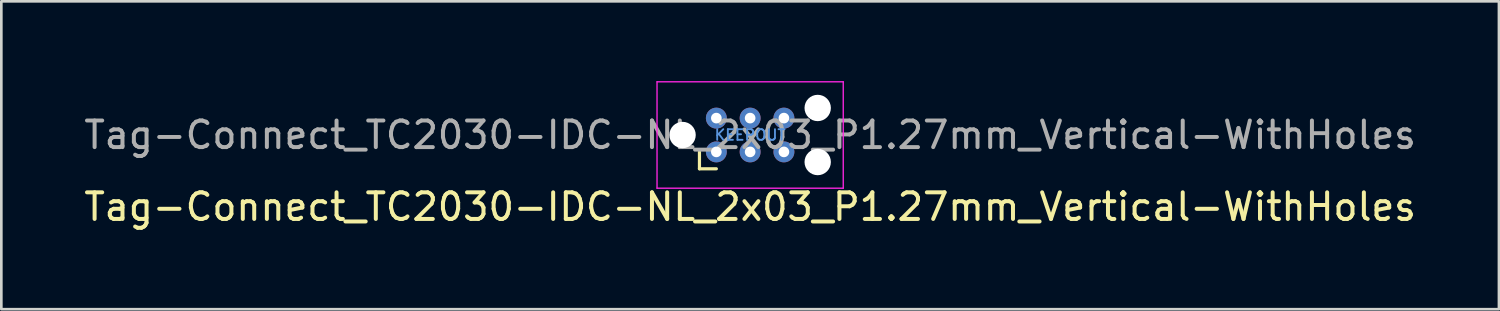
<source format=kicad_pcb>
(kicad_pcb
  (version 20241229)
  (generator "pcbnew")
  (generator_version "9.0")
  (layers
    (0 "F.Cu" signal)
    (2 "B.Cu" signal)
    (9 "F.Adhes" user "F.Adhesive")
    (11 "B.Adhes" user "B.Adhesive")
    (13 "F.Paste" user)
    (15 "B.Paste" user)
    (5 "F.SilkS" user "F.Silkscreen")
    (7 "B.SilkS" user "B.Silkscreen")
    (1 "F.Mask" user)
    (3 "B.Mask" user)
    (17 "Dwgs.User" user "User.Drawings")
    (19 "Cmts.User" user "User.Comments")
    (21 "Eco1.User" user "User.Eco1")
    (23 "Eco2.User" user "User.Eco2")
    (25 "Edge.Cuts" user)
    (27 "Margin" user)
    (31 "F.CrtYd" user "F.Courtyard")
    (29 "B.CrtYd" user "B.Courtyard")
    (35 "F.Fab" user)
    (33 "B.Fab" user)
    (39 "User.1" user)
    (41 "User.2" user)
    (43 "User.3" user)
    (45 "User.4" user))
  (footprint "Tag-Connect_TC2030-IDC-NL_2x03_P1.27mm_Vertical-WithHoles"
    (layer "F.Cu")
    (at 25.149 2.025)
    (property "Reference" "Tag-Connect_TC2030-IDC-NL_2x03_P1.27mm_Vertical-WithHoles" (at 0 2.7 0) (layer "F.SilkS") (effects (font (size 1 1) (thickness 0.15))))
    (attr exclude_from_pos_files exclude_from_bom dnp)
    (fp_line (start -1.905 1.27) (end -1.905 0.635) (stroke (width 0.12) (type solid)) (layer "F.SilkS"))
    (fp_line (start -1.27 1.27) (end -1.905 1.27) (stroke (width 0.12) (type solid)) (layer "F.SilkS"))
    (fp_line (start -3.5 -2) (end 3.5 -2) (stroke (width 0.05) (type solid)) (layer "F.CrtYd"))
    (fp_line (start -3.5 2) (end -3.5 -2) (stroke (width 0.05) (type solid)) (layer "F.CrtYd"))
    (fp_line (start 3.5 -2) (end 3.5 2) (stroke (width 0.05) (type solid)) (layer "F.CrtYd"))
    (fp_line (start 3.5 2) (end -3.5 2) (stroke (width 0.05) (type solid)) (layer "F.CrtYd"))
    (fp_text user "KEEPOUT" (at 0 0 0) (layer "Cmts.User") (effects (font (size 0.4 0.4) (thickness 0.07))))
    (fp_text user "${REFERENCE}" (at 0 0 0) (layer "F.Fab") (effects (font (size 1 1) (thickness 0.15))))
    (pad "" np_thru_hole circle (at -2.54 0) (size 0.991 0.991) (drill 0.991) (layers "*.Cu" "*.Mask"))
    (pad "" np_thru_hole circle (at 2.54 -1.016) (size 0.991 0.991) (drill 0.991) (layers "*.Cu" "*.Mask"))
    (pad "" np_thru_hole circle (at 2.54 1.016) (size 0.991 0.991) (drill 0.991) (layers "*.Cu" "*.Mask"))
    (pad "1" thru_hole circle (at -1.27 0.635) (size 0.787 0.787) (drill 0.4) (layers "*.Cu" "*.Mask"))
    (pad "2" thru_hole circle (at -1.27 -0.635) (size 0.787 0.787) (drill 0.4) (layers "*.Cu" "*.Mask"))
    (pad "3" thru_hole circle (at 0 0.635) (size 0.787 0.787) (drill 0.4) (layers "*.Cu" "*.Mask"))
    (pad "4" thru_hole circle (at 0 -0.635) (size 0.787 0.787) (drill 0.4) (layers "*.Cu" "*.Mask"))
    (pad "5" thru_hole circle (at 1.27 0.635 90) (size 0.787 0.787) (drill 0.4) (layers "*.Cu" "*.Mask"))
    (pad "6" thru_hole circle (at 1.27 -0.635) (size 0.787 0.787) (drill 0.4) (layers "*.Cu" "*.Mask"))
    (zone (net_name "") (layer "F.Cu") (hatch full 0.508) (connect_pads) (min_thickness 0.254) (filled_areas_thickness no) (keepout (tracks allowed) (vias not_allowed) (pads allowed) (copperpour not_allowed) (footprints not_allowed)) (placement (enabled no)) (fill) (polygon (pts (xy 26.419 1.39) (xy 23.879 1.39) (xy 23.879 2.66) (xy 26.419 2.66)))))
  (gr_rect
    (start -3 -3)
    (end 53.298 8.573)
    (stroke (width 0.1) (type default))
    (fill no)
    (layer "Edge.Cuts")))
</source>
